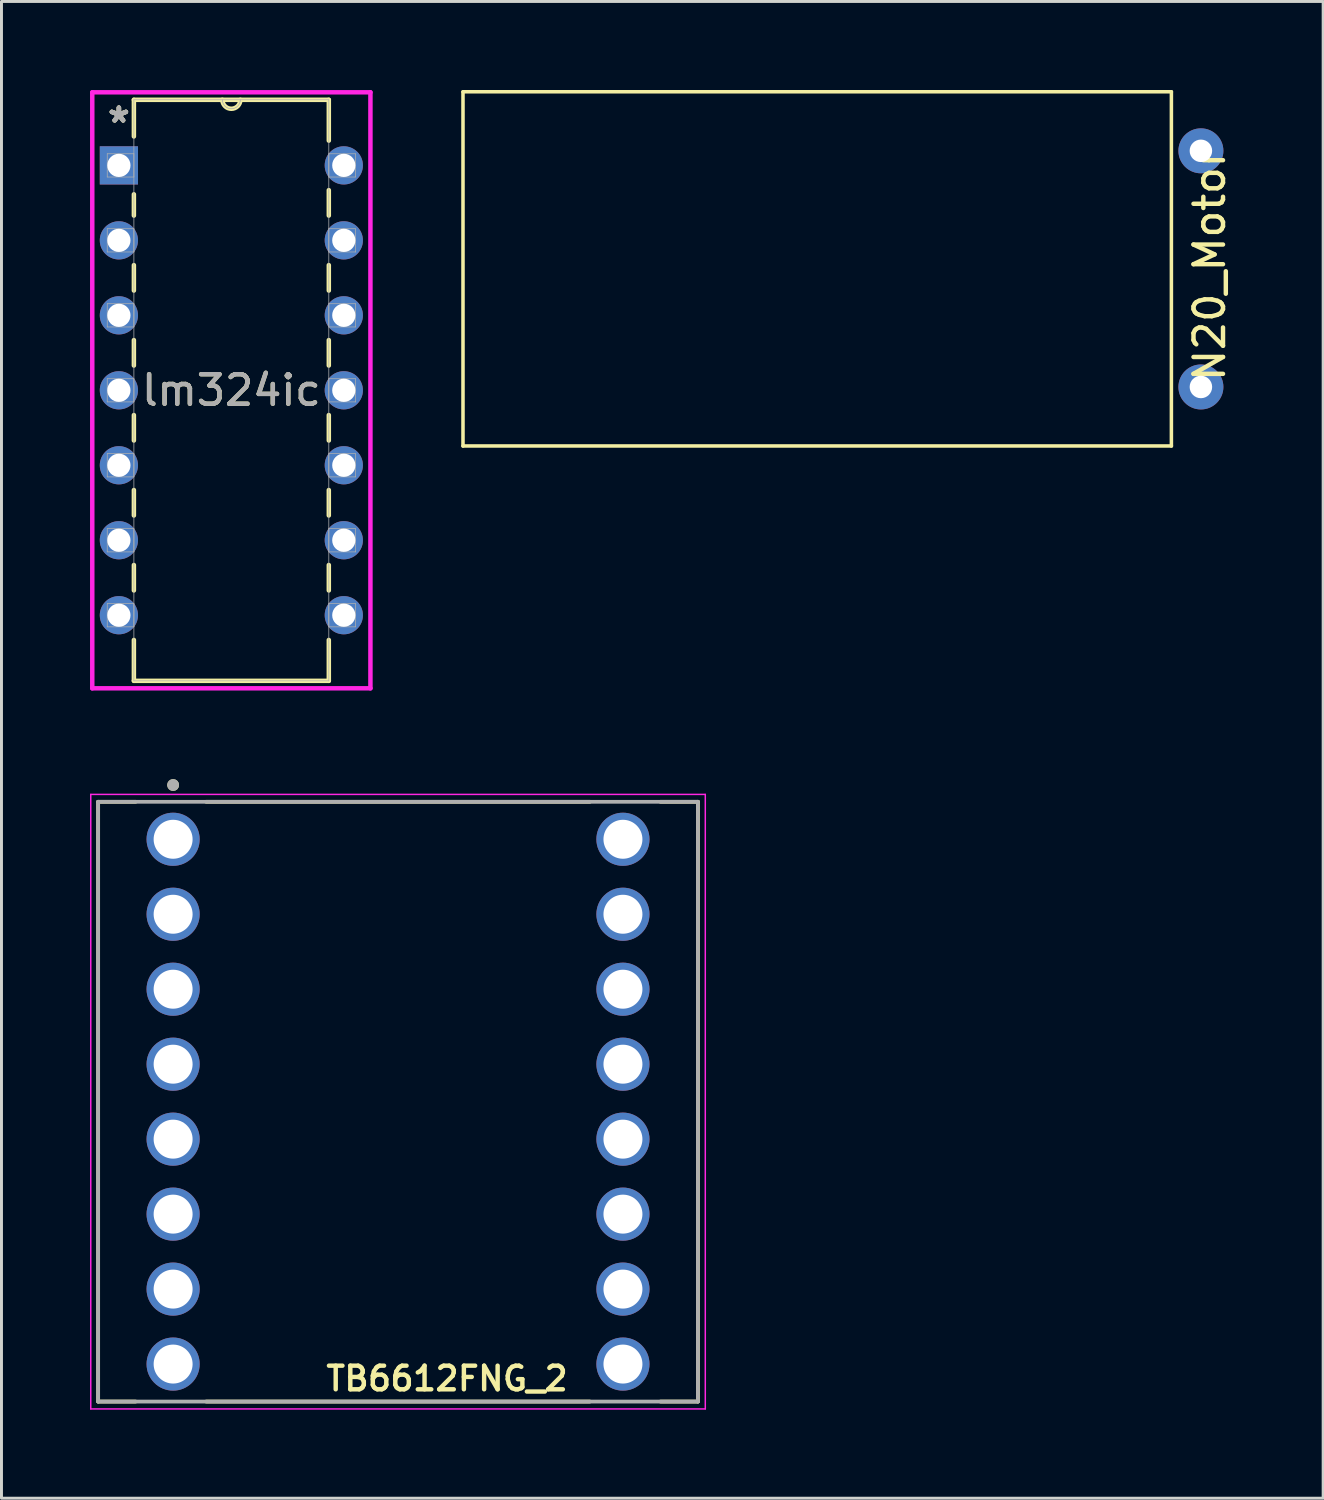
<source format=kicad_pcb>
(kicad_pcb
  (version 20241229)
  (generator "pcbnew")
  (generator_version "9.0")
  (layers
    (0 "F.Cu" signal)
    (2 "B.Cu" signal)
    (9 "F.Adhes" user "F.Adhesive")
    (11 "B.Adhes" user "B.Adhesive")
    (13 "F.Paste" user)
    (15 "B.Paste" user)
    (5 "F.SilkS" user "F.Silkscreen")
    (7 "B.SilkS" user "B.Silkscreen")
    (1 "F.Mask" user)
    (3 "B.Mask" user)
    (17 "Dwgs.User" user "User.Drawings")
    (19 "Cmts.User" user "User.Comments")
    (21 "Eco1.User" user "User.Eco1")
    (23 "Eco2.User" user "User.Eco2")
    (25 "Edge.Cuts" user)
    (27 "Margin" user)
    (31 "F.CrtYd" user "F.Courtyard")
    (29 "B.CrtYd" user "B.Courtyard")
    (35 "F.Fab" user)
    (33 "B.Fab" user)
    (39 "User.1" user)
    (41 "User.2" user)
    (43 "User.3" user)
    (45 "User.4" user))
  (footprint "lm324ic"
    (layer "F.Cu")
    (at 8.598 17.793)
    (property "Reference" "lm324ic" (at -3.81 -7.62 0) (unlocked yes) (layer "F.SilkS") (effects (font (size 1 1) (thickness 0.15))))
    (attr through_hole)
    (fp_line (start -7.112 -17.462) (end -7.112 -16.22) (stroke (width 0.152) (type solid)) (layer "F.SilkS"))
    (fp_line (start -7.112 -14.26) (end -7.112 -13.539) (stroke (width 0.152) (type solid)) (layer "F.SilkS"))
    (fp_line (start -7.112 -11.861) (end -7.112 -10.999) (stroke (width 0.152) (type solid)) (layer "F.SilkS"))
    (fp_line (start -7.112 -9.321) (end -7.112 -8.459) (stroke (width 0.152) (type solid)) (layer "F.SilkS"))
    (fp_line (start -7.112 -6.781) (end -7.112 -5.919) (stroke (width 0.152) (type solid)) (layer "F.SilkS"))
    (fp_line (start -7.112 -4.241) (end -7.112 -3.379) (stroke (width 0.152) (type solid)) (layer "F.SilkS"))
    (fp_line (start -7.112 -1.701) (end -7.112 -0.839) (stroke (width 0.152) (type solid)) (layer "F.SilkS"))
    (fp_line (start -7.112 0.839) (end -7.112 2.223) (stroke (width 0.152) (type solid)) (layer "F.SilkS"))
    (fp_line (start -7.112 2.223) (end -0.508 2.223) (stroke (width 0.152) (type solid)) (layer "F.SilkS"))
    (fp_line (start -0.508 -17.462) (end -7.112 -17.462) (stroke (width 0.152) (type solid)) (layer "F.SilkS"))
    (fp_line (start -0.508 -16.079) (end -0.508 -17.462) (stroke (width 0.152) (type solid)) (layer "F.SilkS"))
    (fp_line (start -0.508 -13.539) (end -0.508 -14.401) (stroke (width 0.152) (type solid)) (layer "F.SilkS"))
    (fp_line (start -0.508 -10.999) (end -0.508 -11.861) (stroke (width 0.152) (type solid)) (layer "F.SilkS"))
    (fp_line (start -0.508 -8.459) (end -0.508 -9.321) (stroke (width 0.152) (type solid)) (layer "F.SilkS"))
    (fp_line (start -0.508 -5.919) (end -0.508 -6.781) (stroke (width 0.152) (type solid)) (layer "F.SilkS"))
    (fp_line (start -0.508 -3.379) (end -0.508 -4.241) (stroke (width 0.152) (type solid)) (layer "F.SilkS"))
    (fp_line (start -0.508 -0.839) (end -0.508 -1.701) (stroke (width 0.152) (type solid)) (layer "F.SilkS"))
    (fp_line (start -0.508 2.223) (end -0.508 0.839) (stroke (width 0.152) (type solid)) (layer "F.SilkS"))
    (fp_arc (start -3.5052 -17.4625) (mid -3.81 -17.1577) (end -4.1148 -17.4625) (stroke (width 0.1524) (type solid)) (layer "F.SilkS"))
    (fp_line (start -8.522 -17.716) (end -8.522 2.477) (stroke (width 0.152) (type solid)) (layer "F.CrtYd"))
    (fp_line (start -8.522 2.477) (end 0.902 2.477) (stroke (width 0.152) (type solid)) (layer "F.CrtYd"))
    (fp_line (start 0.902 -17.716) (end -8.522 -17.716) (stroke (width 0.152) (type solid)) (layer "F.CrtYd"))
    (fp_line (start 0.902 2.477) (end 0.902 -17.716) (stroke (width 0.152) (type solid)) (layer "F.CrtYd"))
    (fp_line (start -8.014 -15.634) (end -8.014 -14.846) (stroke (width 0.025) (type solid)) (layer "F.Fab"))
    (fp_line (start -8.014 -14.846) (end -7.112 -14.846) (stroke (width 0.025) (type solid)) (layer "F.Fab"))
    (fp_line (start -8.014 -13.094) (end -8.014 -12.306) (stroke (width 0.025) (type solid)) (layer "F.Fab"))
    (fp_line (start -8.014 -12.306) (end -7.112 -12.306) (stroke (width 0.025) (type solid)) (layer "F.Fab"))
    (fp_line (start -8.014 -10.554) (end -8.014 -9.766) (stroke (width 0.025) (type solid)) (layer "F.Fab"))
    (fp_line (start -8.014 -9.766) (end -7.112 -9.766) (stroke (width 0.025) (type solid)) (layer "F.Fab"))
    (fp_line (start -8.014 -8.014) (end -8.014 -7.226) (stroke (width 0.025) (type solid)) (layer "F.Fab"))
    (fp_line (start -8.014 -7.226) (end -7.112 -7.226) (stroke (width 0.025) (type solid)) (layer "F.Fab"))
    (fp_line (start -8.014 -5.474) (end -8.014 -4.686) (stroke (width 0.025) (type solid)) (layer "F.Fab"))
    (fp_line (start -8.014 -4.686) (end -7.112 -4.686) (stroke (width 0.025) (type solid)) (layer "F.Fab"))
    (fp_line (start -8.014 -2.934) (end -8.014 -2.146) (stroke (width 0.025) (type solid)) (layer "F.Fab"))
    (fp_line (start -8.014 -2.146) (end -7.112 -2.146) (stroke (width 0.025) (type solid)) (layer "F.Fab"))
    (fp_line (start -8.014 -0.394) (end -8.014 0.394) (stroke (width 0.025) (type solid)) (layer "F.Fab"))
    (fp_line (start -8.014 0.394) (end -7.112 0.394) (stroke (width 0.025) (type solid)) (layer "F.Fab"))
    (fp_line (start -7.112 -17.462) (end -7.112 2.223) (stroke (width 0.025) (type solid)) (layer "F.Fab"))
    (fp_line (start -7.112 -15.634) (end -8.014 -15.634) (stroke (width 0.025) (type solid)) (layer "F.Fab"))
    (fp_line (start -7.112 -14.846) (end -7.112 -15.634) (stroke (width 0.025) (type solid)) (layer "F.Fab"))
    (fp_line (start -7.112 -13.094) (end -8.014 -13.094) (stroke (width 0.025) (type solid)) (layer "F.Fab"))
    (fp_line (start -7.112 -12.306) (end -7.112 -13.094) (stroke (width 0.025) (type solid)) (layer "F.Fab"))
    (fp_line (start -7.112 -10.554) (end -8.014 -10.554) (stroke (width 0.025) (type solid)) (layer "F.Fab"))
    (fp_line (start -7.112 -9.766) (end -7.112 -10.554) (stroke (width 0.025) (type solid)) (layer "F.Fab"))
    (fp_line (start -7.112 -8.014) (end -8.014 -8.014) (stroke (width 0.025) (type solid)) (layer "F.Fab"))
    (fp_line (start -7.112 -7.226) (end -7.112 -8.014) (stroke (width 0.025) (type solid)) (layer "F.Fab"))
    (fp_line (start -7.112 -5.474) (end -8.014 -5.474) (stroke (width 0.025) (type solid)) (layer "F.Fab"))
    (fp_line (start -7.112 -4.686) (end -7.112 -5.474) (stroke (width 0.025) (type solid)) (layer "F.Fab"))
    (fp_line (start -7.112 -2.934) (end -8.014 -2.934) (stroke (width 0.025) (type solid)) (layer "F.Fab"))
    (fp_line (start -7.112 -2.146) (end -7.112 -2.934) (stroke (width 0.025) (type solid)) (layer "F.Fab"))
    (fp_line (start -7.112 -0.394) (end -8.014 -0.394) (stroke (width 0.025) (type solid)) (layer "F.Fab"))
    (fp_line (start -7.112 0.394) (end -7.112 -0.394) (stroke (width 0.025) (type solid)) (layer "F.Fab"))
    (fp_line (start -7.112 2.223) (end -0.508 2.223) (stroke (width 0.025) (type solid)) (layer "F.Fab"))
    (fp_line (start -0.508 -17.462) (end -7.112 -17.462) (stroke (width 0.025) (type solid)) (layer "F.Fab"))
    (fp_line (start -0.508 -15.634) (end -0.508 -14.846) (stroke (width 0.025) (type solid)) (layer "F.Fab"))
    (fp_line (start -0.508 -14.846) (end 0.394 -14.846) (stroke (width 0.025) (type solid)) (layer "F.Fab"))
    (fp_line (start -0.508 -13.094) (end -0.508 -12.306) (stroke (width 0.025) (type solid)) (layer "F.Fab"))
    (fp_line (start -0.508 -12.306) (end 0.394 -12.306) (stroke (width 0.025) (type solid)) (layer "F.Fab"))
    (fp_line (start -0.508 -10.554) (end -0.508 -9.766) (stroke (width 0.025) (type solid)) (layer "F.Fab"))
    (fp_line (start -0.508 -9.766) (end 0.394 -9.766) (stroke (width 0.025) (type solid)) (layer "F.Fab"))
    (fp_line (start -0.508 -8.014) (end -0.508 -7.226) (stroke (width 0.025) (type solid)) (layer "F.Fab"))
    (fp_line (start -0.508 -7.226) (end 0.394 -7.226) (stroke (width 0.025) (type solid)) (layer "F.Fab"))
    (fp_line (start -0.508 -5.474) (end -0.508 -4.686) (stroke (width 0.025) (type solid)) (layer "F.Fab"))
    (fp_line (start -0.508 -4.686) (end 0.394 -4.686) (stroke (width 0.025) (type solid)) (layer "F.Fab"))
    (fp_line (start -0.508 -2.934) (end -0.508 -2.146) (stroke (width 0.025) (type solid)) (layer "F.Fab"))
    (fp_line (start -0.508 -2.146) (end 0.394 -2.146) (stroke (width 0.025) (type solid)) (layer "F.Fab"))
    (fp_line (start -0.508 -0.394) (end -0.508 0.394) (stroke (width 0.025) (type solid)) (layer "F.Fab"))
    (fp_line (start -0.508 0.394) (end 0.394 0.394) (stroke (width 0.025) (type solid)) (layer "F.Fab"))
    (fp_line (start -0.508 2.223) (end -0.508 -17.462) (stroke (width 0.025) (type solid)) (layer "F.Fab"))
    (fp_line (start 0.394 -15.634) (end -0.508 -15.634) (stroke (width 0.025) (type solid)) (layer "F.Fab"))
    (fp_line (start 0.394 -14.846) (end 0.394 -15.634) (stroke (width 0.025) (type solid)) (layer "F.Fab"))
    (fp_line (start 0.394 -13.094) (end -0.508 -13.094) (stroke (width 0.025) (type solid)) (layer "F.Fab"))
    (fp_line (start 0.394 -12.306) (end 0.394 -13.094) (stroke (width 0.025) (type solid)) (layer "F.Fab"))
    (fp_line (start 0.394 -10.554) (end -0.508 -10.554) (stroke (width 0.025) (type solid)) (layer "F.Fab"))
    (fp_line (start 0.394 -9.766) (end 0.394 -10.554) (stroke (width 0.025) (type solid)) (layer "F.Fab"))
    (fp_line (start 0.394 -8.014) (end -0.508 -8.014) (stroke (width 0.025) (type solid)) (layer "F.Fab"))
    (fp_line (start 0.394 -7.226) (end 0.394 -8.014) (stroke (width 0.025) (type solid)) (layer "F.Fab"))
    (fp_line (start 0.394 -5.474) (end -0.508 -5.474) (stroke (width 0.025) (type solid)) (layer "F.Fab"))
    (fp_line (start 0.394 -4.686) (end 0.394 -5.474) (stroke (width 0.025) (type solid)) (layer "F.Fab"))
    (fp_line (start 0.394 -2.934) (end -0.508 -2.934) (stroke (width 0.025) (type solid)) (layer "F.Fab"))
    (fp_line (start 0.394 -2.146) (end 0.394 -2.934) (stroke (width 0.025) (type solid)) (layer "F.Fab"))
    (fp_line (start 0.394 -0.394) (end -0.508 -0.394) (stroke (width 0.025) (type solid)) (layer "F.Fab"))
    (fp_line (start 0.394 0.394) (end 0.394 -0.394) (stroke (width 0.025) (type solid)) (layer "F.Fab"))
    (fp_arc (start -3.5052 -17.4625) (mid -3.81 -17.1577) (end -4.1148 -17.4625) (stroke (width 0.0254) (type solid)) (layer "F.Fab"))
    (fp_text user "*" (at -7.62 -16.65 0) (layer "F.SilkS") (effects (font (size 1 1) (thickness 0.15))))
    (fp_text user "*" (at -7.62 -16.65 0) (unlocked yes) (layer "F.SilkS") (effects (font (size 1 1) (thickness 0.15))))
    (fp_text user "${REFERENCE}" (at -3.81 -7.62 0) (unlocked yes) (layer "F.Fab") (effects (font (size 1 1) (thickness 0.15))))
    (fp_text user "*" (at -7.62 -16.65 0) (layer "F.Fab") (effects (font (size 1 1) (thickness 0.15))))
    (fp_text user "*" (at -7.62 -16.65 0) (unlocked yes) (layer "F.Fab") (effects (font (size 1 1) (thickness 0.15))))
    (pad "1" thru_hole rect (at -7.62 -15.24) (size 1.295 1.295) (drill 0.787) (layers "*.Cu" "*.Mask"))
    (pad "2" thru_hole circle (at -7.62 -12.7) (size 1.295 1.295) (drill 0.787) (layers "*.Cu" "*.Mask"))
    (pad "3" thru_hole circle (at -7.62 -10.16) (size 1.295 1.295) (drill 0.787) (layers "*.Cu" "*.Mask"))
    (pad "4" thru_hole circle (at -7.62 -7.62) (size 1.295 1.295) (drill 0.787) (layers "*.Cu" "*.Mask"))
    (pad "5" thru_hole circle (at -7.62 -5.08) (size 1.295 1.295) (drill 0.787) (layers "*.Cu" "*.Mask"))
    (pad "6" thru_hole circle (at -7.62 -2.54) (size 1.295 1.295) (drill 0.787) (layers "*.Cu" "*.Mask"))
    (pad "7" thru_hole circle (at -7.62 0) (size 1.295 1.295) (drill 0.787) (layers "*.Cu" "*.Mask"))
    (pad "8" thru_hole circle (at 0 0) (size 1.295 1.295) (drill 0.787) (layers "*.Cu" "*.Mask"))
    (pad "9" thru_hole circle (at 0 -2.54) (size 1.295 1.295) (drill 0.787) (layers "*.Cu" "*.Mask"))
    (pad "10" thru_hole circle (at 0 -5.08) (size 1.295 1.295) (drill 0.787) (layers "*.Cu" "*.Mask"))
    (pad "11" thru_hole circle (at 0 -7.62) (size 1.295 1.295) (drill 0.787) (layers "*.Cu" "*.Mask"))
    (pad "12" thru_hole circle (at 0 -10.16) (size 1.295 1.295) (drill 0.787) (layers "*.Cu" "*.Mask"))
    (pad "13" thru_hole circle (at 0 -12.7) (size 1.295 1.295) (drill 0.787) (layers "*.Cu" "*.Mask"))
    (pad "14" thru_hole circle (at 0 -15.24) (size 1.295 1.295) (drill 0.787) (layers "*.Cu" "*.Mask")))
  (footprint "N20_Motor"
    (layer "F.Cu")
    (at 24.636 6.06)
    (property "Reference" "N20_Motor" (at 13.294 -0.135 90) (layer "F.SilkS") (effects (font (size 1 1) (thickness 0.15))))
    (attr through_hole)
    (fp_line (start -12 -6) (end -12 6) (stroke (width 0.12) (type solid)) (layer "F.SilkS"))
    (fp_line (start -12 6) (end 12 6) (stroke (width 0.12) (type solid)) (layer "F.SilkS"))
    (fp_line (start 12 -6) (end -12 -6) (stroke (width 0.12) (type solid)) (layer "F.SilkS"))
    (fp_line (start 12 6) (end 12 -6) (stroke (width 0.12) (type solid)) (layer "F.SilkS"))
    (pad "1" thru_hole circle (at 13 -4) (size 1.524 1.524) (drill 0.762) (layers "*.Cu" "*.Mask"))
    (pad "2" thru_hole circle (at 13 4) (size 1.524 1.524) (drill 0.762) (layers "*.Cu" "*.Mask")))
  (footprint "TB6612FNG_2"
    (layer "F.Cu")
    (at 10.435 34.274)
    (property "Reference" "TB6612FNG_2" (at 1.66 9.382 0) (layer "F.SilkS") (effects (font (size 0.8 0.8) (thickness 0.15))))
    (attr through_hole)
    (fp_line (start -10.16 -10.16) (end -10.16 10.16) (stroke (width 0.127) (type solid)) (layer "F.SilkS"))
    (fp_line (start -8.89 -10.16) (end -10.16 -10.16) (stroke (width 0.127) (type solid)) (layer "F.SilkS"))
    (fp_line (start -8.89 10.16) (end -10.16 10.16) (stroke (width 0.127) (type solid)) (layer "F.SilkS"))
    (fp_line (start -6.5 -10.16) (end 6.5 -10.16) (stroke (width 0.127) (type solid)) (layer "F.SilkS"))
    (fp_line (start -6.5 10.16) (end 6.5 10.16) (stroke (width 0.127) (type solid)) (layer "F.SilkS"))
    (fp_line (start 8.89 -10.16) (end 10.16 -10.16) (stroke (width 0.127) (type solid)) (layer "F.SilkS"))
    (fp_line (start 8.89 10.16) (end 10.16 10.16) (stroke (width 0.127) (type solid)) (layer "F.SilkS"))
    (fp_line (start 10.16 10.16) (end 10.16 -10.16) (stroke (width 0.127) (type solid)) (layer "F.SilkS"))
    (fp_circle (center -7.62 -10.728) (end -7.52 -10.728) (stroke (width 0.2) (type solid)) (fill no) (layer "F.SilkS"))
    (fp_line (start -10.41 -10.41) (end -10.41 10.41) (stroke (width 0.05) (type solid)) (layer "F.CrtYd"))
    (fp_line (start -10.41 10.41) (end 10.41 10.41) (stroke (width 0.05) (type solid)) (layer "F.CrtYd"))
    (fp_line (start 10.41 -10.41) (end -10.41 -10.41) (stroke (width 0.05) (type solid)) (layer "F.CrtYd"))
    (fp_line (start 10.41 10.41) (end 10.41 -10.41) (stroke (width 0.05) (type solid)) (layer "F.CrtYd"))
    (fp_line (start -10.16 -10.16) (end -10.16 10.16) (stroke (width 0.127) (type solid)) (layer "F.Fab"))
    (fp_line (start -10.16 10.16) (end 10.16 10.16) (stroke (width 0.127) (type solid)) (layer "F.Fab"))
    (fp_line (start 10.16 -10.16) (end -10.16 -10.16) (stroke (width 0.127) (type solid)) (layer "F.Fab"))
    (fp_line (start 10.16 10.16) (end 10.16 -10.16) (stroke (width 0.127) (type solid)) (layer "F.Fab"))
    (fp_circle (center -7.62 -10.728) (end -7.52 -10.728) (stroke (width 0.2) (type solid)) (fill no) (layer "F.Fab"))
    (pad "1" thru_hole circle (at -7.62 -8.89) (size 1.8 1.8) (drill 1.32) (layers "*.Cu" "*.Mask"))
    (pad "2" thru_hole circle (at -7.62 -6.35) (size 1.8 1.8) (drill 1.32) (layers "*.Cu" "*.Mask"))
    (pad "3" thru_hole circle (at -7.62 -3.81) (size 1.8 1.8) (drill 1.32) (layers "*.Cu" "*.Mask"))
    (pad "4" thru_hole circle (at -7.62 -1.27) (size 1.8 1.8) (drill 1.32) (layers "*.Cu" "*.Mask"))
    (pad "5" thru_hole circle (at -7.62 1.27) (size 1.8 1.8) (drill 1.32) (layers "*.Cu" "*.Mask"))
    (pad "6" thru_hole circle (at -7.62 3.81) (size 1.8 1.8) (drill 1.32) (layers "*.Cu" "*.Mask"))
    (pad "7" thru_hole circle (at -7.62 6.35) (size 1.8 1.8) (drill 1.32) (layers "*.Cu" "*.Mask"))
    (pad "8" thru_hole circle (at -7.62 8.89) (size 1.8 1.8) (drill 1.32) (layers "*.Cu" "*.Mask"))
    (pad "9" thru_hole circle (at 7.62 8.89) (size 1.8 1.8) (drill 1.32) (layers "*.Cu" "*.Mask"))
    (pad "10" thru_hole circle (at 7.62 6.35) (size 1.8 1.8) (drill 1.32) (layers "*.Cu" "*.Mask"))
    (pad "11" thru_hole circle (at 7.62 3.81) (size 1.8 1.8) (drill 1.32) (layers "*.Cu" "*.Mask"))
    (pad "12" thru_hole circle (at 7.62 1.27) (size 1.8 1.8) (drill 1.32) (layers "*.Cu" "*.Mask"))
    (pad "13" thru_hole circle (at 7.62 -1.27) (size 1.8 1.8) (drill 1.32) (layers "*.Cu" "*.Mask"))
    (pad "14" thru_hole circle (at 7.62 -3.81) (size 1.8 1.8) (drill 1.32) (layers "*.Cu" "*.Mask"))
    (pad "15" thru_hole circle (at 7.62 -6.35) (size 1.8 1.8) (drill 1.32) (layers "*.Cu" "*.Mask"))
    (pad "16" thru_hole circle (at 7.62 -8.89) (size 1.8 1.8) (drill 1.32) (layers "*.Cu" "*.Mask")))
  (gr_rect
    (start -3 -3)
    (end 41.778 47.709)
    (stroke (width 0.1) (type default))
    (fill no)
    (layer "Edge.Cuts")))
</source>
